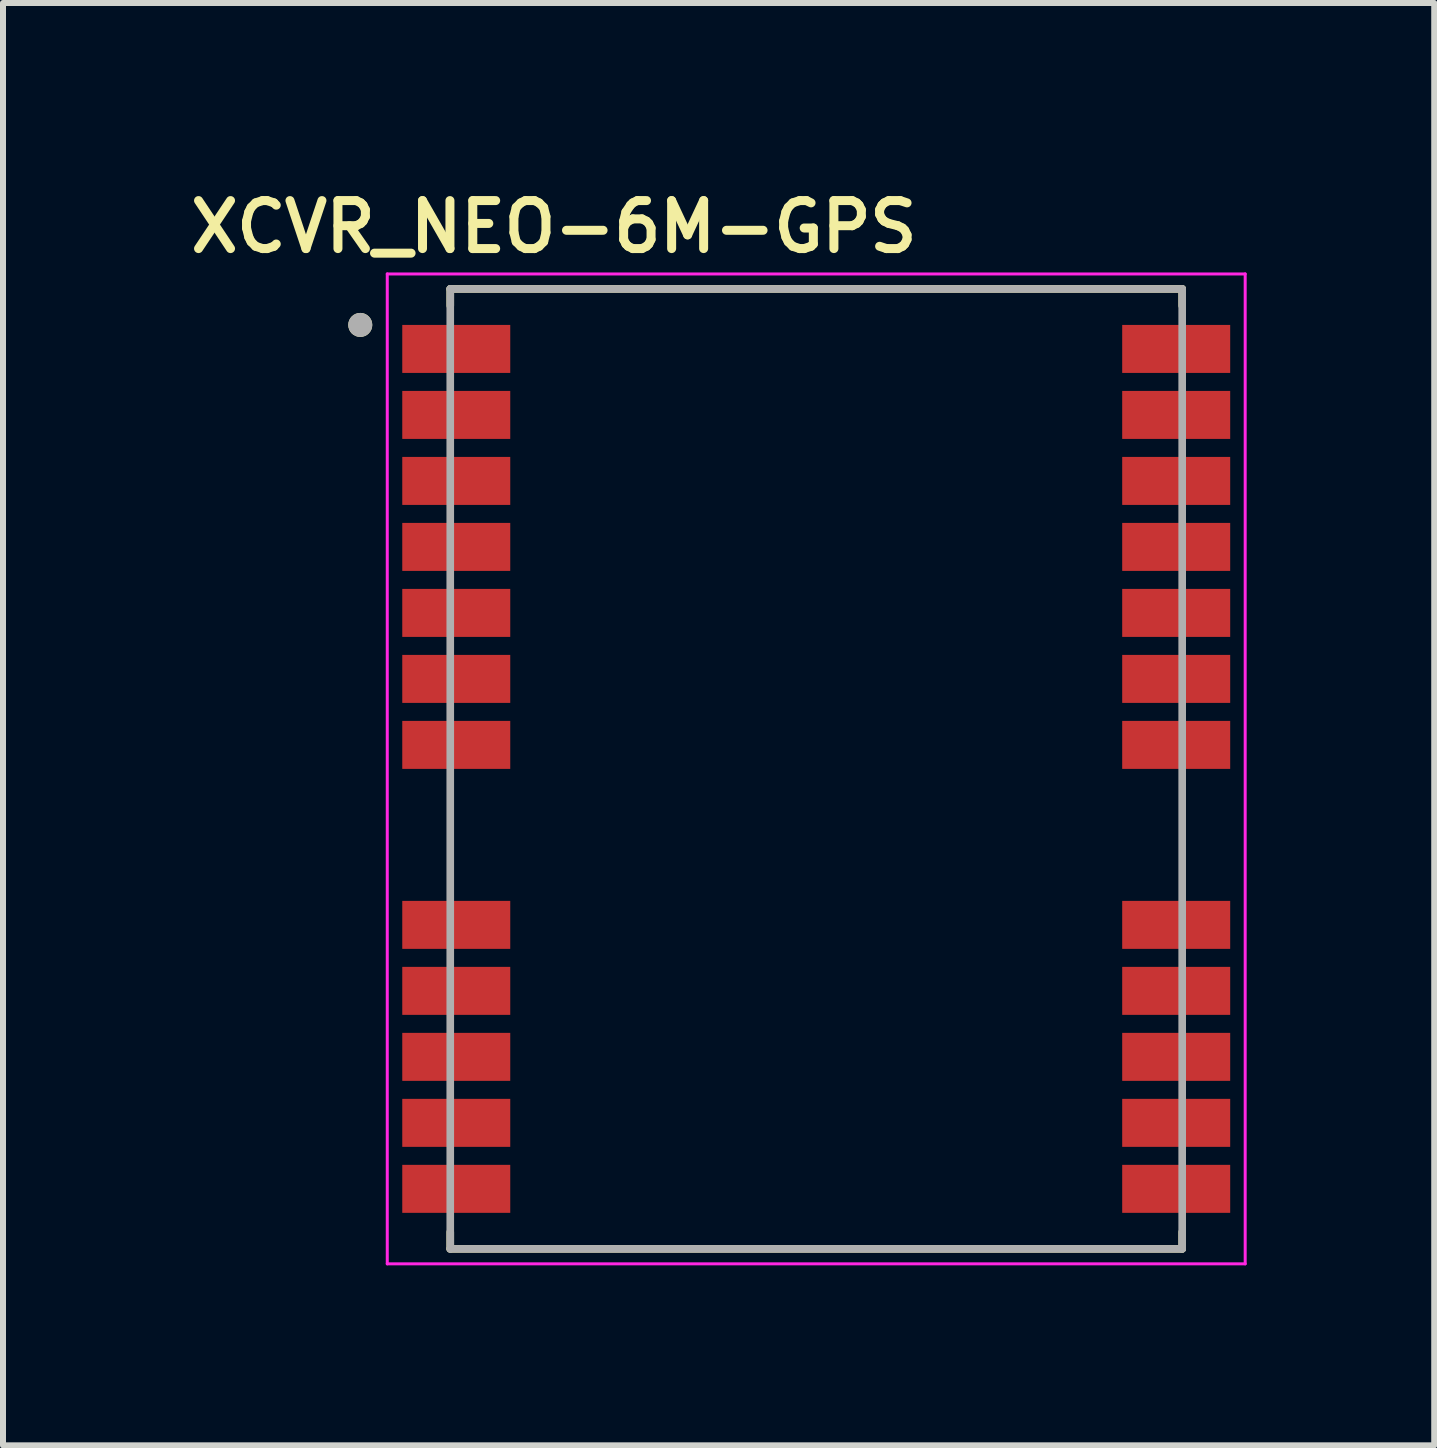
<source format=kicad_pcb>
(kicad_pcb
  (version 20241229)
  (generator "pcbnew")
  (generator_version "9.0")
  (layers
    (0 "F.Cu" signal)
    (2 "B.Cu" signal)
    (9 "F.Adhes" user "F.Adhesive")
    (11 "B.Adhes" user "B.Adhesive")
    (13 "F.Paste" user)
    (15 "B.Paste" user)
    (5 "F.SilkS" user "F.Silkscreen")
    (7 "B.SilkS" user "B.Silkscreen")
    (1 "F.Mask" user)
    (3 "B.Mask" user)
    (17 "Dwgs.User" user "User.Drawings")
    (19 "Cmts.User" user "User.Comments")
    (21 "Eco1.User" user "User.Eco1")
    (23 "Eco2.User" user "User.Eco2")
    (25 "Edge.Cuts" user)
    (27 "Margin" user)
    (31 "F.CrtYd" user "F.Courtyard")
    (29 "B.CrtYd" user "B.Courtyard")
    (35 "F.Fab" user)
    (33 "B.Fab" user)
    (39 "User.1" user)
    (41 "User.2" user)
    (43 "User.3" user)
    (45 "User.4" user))
  (footprint "XCVR_NEO-6M-GPS"
    (layer "F.Cu")
    (at 10.555 9.766)
    (property "Reference" "XCVR_NEO-6M-GPS" (at -4.372 -9.035 0) (layer "F.SilkS") (effects (font (size 0.8 0.8) (thickness 0.15))))
    (attr through_hole)
    (fp_line (start -6.1 -8) (end 6.1 -8) (stroke (width 0.127) (type solid)) (layer "F.SilkS"))
    (fp_line (start -6.1 -7.72) (end -6.1 -8) (stroke (width 0.127) (type solid)) (layer "F.SilkS"))
    (fp_line (start -6.1 7.72) (end -6.1 8) (stroke (width 0.127) (type solid)) (layer "F.SilkS"))
    (fp_line (start -6.1 8) (end 6.1 8) (stroke (width 0.127) (type solid)) (layer "F.SilkS"))
    (fp_line (start 6.1 -8) (end 6.1 -7.72) (stroke (width 0.127) (type solid)) (layer "F.SilkS"))
    (fp_line (start 6.1 8) (end 6.1 7.72) (stroke (width 0.127) (type solid)) (layer "F.SilkS"))
    (fp_circle (center -7.6 -7.4) (end -7.5 -7.4) (stroke (width 0.2) (type solid)) (fill no) (layer "F.SilkS"))
    (fp_poly (pts (xy -7.3 -6.6) (xy -6.1 -6.6) (xy -6.1 -6.7) (xy -5.2 -6.7) (xy -5.2 -7.3) (xy -6.1 -7.3) (xy -6.1 -7.4) (xy -7.3 -7.4)) (stroke (width 0.0001) (type solid)) (fill yes) (layer "F.Paste"))
    (fp_poly (pts (xy -7.3 -5.5) (xy -6.1 -5.5) (xy -6.1 -5.6) (xy -5.2 -5.6) (xy -5.2 -6.2) (xy -6.1 -6.2) (xy -6.1 -6.3) (xy -7.3 -6.3)) (stroke (width 0.0001) (type solid)) (fill yes) (layer "F.Paste"))
    (fp_poly (pts (xy -7.3 -4.4) (xy -6.1 -4.4) (xy -6.1 -4.5) (xy -5.2 -4.5) (xy -5.2 -5.1) (xy -6.1 -5.1) (xy -6.1 -5.2) (xy -7.3 -5.2)) (stroke (width 0.0001) (type solid)) (fill yes) (layer "F.Paste"))
    (fp_poly (pts (xy -7.3 -3.3) (xy -6.1 -3.3) (xy -6.1 -3.4) (xy -5.2 -3.4) (xy -5.2 -4) (xy -6.1 -4) (xy -6.1 -4.1) (xy -7.3 -4.1)) (stroke (width 0.0001) (type solid)) (fill yes) (layer "F.Paste"))
    (fp_poly (pts (xy -7.3 -2.2) (xy -6.1 -2.2) (xy -6.1 -2.3) (xy -5.2 -2.3) (xy -5.2 -2.9) (xy -6.1 -2.9) (xy -6.1 -3) (xy -7.3 -3)) (stroke (width 0.0001) (type solid)) (fill yes) (layer "F.Paste"))
    (fp_poly (pts (xy -7.3 -1.1) (xy -6.1 -1.1) (xy -6.1 -1.2) (xy -5.2 -1.2) (xy -5.2 -1.8) (xy -6.1 -1.8) (xy -6.1 -1.9) (xy -7.3 -1.9)) (stroke (width 0.0001) (type solid)) (fill yes) (layer "F.Paste"))
    (fp_poly (pts (xy -7.3 0) (xy -6.1 0) (xy -6.1 -0.1) (xy -5.2 -0.1) (xy -5.2 -0.7) (xy -6.1 -0.7) (xy -6.1 -0.8) (xy -7.3 -0.8)) (stroke (width 0.0001) (type solid)) (fill yes) (layer "F.Paste"))
    (fp_poly (pts (xy -7.3 2.2) (xy -6.1 2.2) (xy -6.1 2.3) (xy -5.2 2.3) (xy -5.2 2.9) (xy -6.1 2.9) (xy -6.1 3) (xy -7.3 3)) (stroke (width 0.0001) (type solid)) (fill yes) (layer "F.Paste"))
    (fp_poly (pts (xy -7.3 3.3) (xy -6.1 3.3) (xy -6.1 3.4) (xy -5.2 3.4) (xy -5.2 4) (xy -6.1 4) (xy -6.1 4.1) (xy -7.3 4.1)) (stroke (width 0.0001) (type solid)) (fill yes) (layer "F.Paste"))
    (fp_poly (pts (xy -7.3 4.4) (xy -6.1 4.4) (xy -6.1 4.5) (xy -5.2 4.5) (xy -5.2 5.1) (xy -6.1 5.1) (xy -6.1 5.2) (xy -7.3 5.2)) (stroke (width 0.0001) (type solid)) (fill yes) (layer "F.Paste"))
    (fp_poly (pts (xy -7.3 5.5) (xy -6.1 5.5) (xy -6.1 5.6) (xy -5.2 5.6) (xy -5.2 6.2) (xy -6.1 6.2) (xy -6.1 6.3) (xy -7.3 6.3)) (stroke (width 0.0001) (type solid)) (fill yes) (layer "F.Paste"))
    (fp_poly (pts (xy -7.3 6.6) (xy -6.1 6.6) (xy -6.1 6.7) (xy -5.2 6.7) (xy -5.2 7.3) (xy -6.1 7.3) (xy -6.1 7.4) (xy -7.3 7.4)) (stroke (width 0.0001) (type solid)) (fill yes) (layer "F.Paste"))
    (fp_poly (pts (xy 7.3 -6.6) (xy 6.1 -6.6) (xy 6.1 -6.7) (xy 5.2 -6.7) (xy 5.2 -7.3) (xy 6.1 -7.3) (xy 6.1 -7.4) (xy 7.3 -7.4)) (stroke (width 0.0001) (type solid)) (fill yes) (layer "F.Paste"))
    (fp_poly (pts (xy 7.3 -5.5) (xy 6.1 -5.5) (xy 6.1 -5.6) (xy 5.2 -5.6) (xy 5.2 -6.2) (xy 6.1 -6.2) (xy 6.1 -6.3) (xy 7.3 -6.3)) (stroke (width 0.0001) (type solid)) (fill yes) (layer "F.Paste"))
    (fp_poly (pts (xy 7.3 -4.4) (xy 6.1 -4.4) (xy 6.1 -4.5) (xy 5.2 -4.5) (xy 5.2 -5.1) (xy 6.1 -5.1) (xy 6.1 -5.2) (xy 7.3 -5.2)) (stroke (width 0.0001) (type solid)) (fill yes) (layer "F.Paste"))
    (fp_poly (pts (xy 7.3 -3.3) (xy 6.1 -3.3) (xy 6.1 -3.4) (xy 5.2 -3.4) (xy 5.2 -4) (xy 6.1 -4) (xy 6.1 -4.1) (xy 7.3 -4.1)) (stroke (width 0.0001) (type solid)) (fill yes) (layer "F.Paste"))
    (fp_poly (pts (xy 7.3 -2.2) (xy 6.1 -2.2) (xy 6.1 -2.3) (xy 5.2 -2.3) (xy 5.2 -2.9) (xy 6.1 -2.9) (xy 6.1 -3) (xy 7.3 -3)) (stroke (width 0.0001) (type solid)) (fill yes) (layer "F.Paste"))
    (fp_poly (pts (xy 7.3 -1.1) (xy 6.1 -1.1) (xy 6.1 -1.2) (xy 5.2 -1.2) (xy 5.2 -1.8) (xy 6.1 -1.8) (xy 6.1 -1.9) (xy 7.3 -1.9)) (stroke (width 0.0001) (type solid)) (fill yes) (layer "F.Paste"))
    (fp_poly (pts (xy 7.3 0) (xy 6.1 0) (xy 6.1 -0.1) (xy 5.2 -0.1) (xy 5.2 -0.7) (xy 6.1 -0.7) (xy 6.1 -0.8) (xy 7.3 -0.8)) (stroke (width 0.0001) (type solid)) (fill yes) (layer "F.Paste"))
    (fp_poly (pts (xy 7.3 2.2) (xy 6.1 2.2) (xy 6.1 2.3) (xy 5.2 2.3) (xy 5.2 2.9) (xy 6.1 2.9) (xy 6.1 3) (xy 7.3 3)) (stroke (width 0.0001) (type solid)) (fill yes) (layer "F.Paste"))
    (fp_poly (pts (xy 7.3 3.3) (xy 6.1 3.3) (xy 6.1 3.4) (xy 5.2 3.4) (xy 5.2 4) (xy 6.1 4) (xy 6.1 4.1) (xy 7.3 4.1)) (stroke (width 0.0001) (type solid)) (fill yes) (layer "F.Paste"))
    (fp_poly (pts (xy 7.3 4.4) (xy 6.1 4.4) (xy 6.1 4.5) (xy 5.2 4.5) (xy 5.2 5.1) (xy 6.1 5.1) (xy 6.1 5.2) (xy 7.3 5.2)) (stroke (width 0.0001) (type solid)) (fill yes) (layer "F.Paste"))
    (fp_poly (pts (xy 7.3 5.5) (xy 6.1 5.5) (xy 6.1 5.6) (xy 5.2 5.6) (xy 5.2 6.2) (xy 6.1 6.2) (xy 6.1 6.3) (xy 7.3 6.3)) (stroke (width 0.0001) (type solid)) (fill yes) (layer "F.Paste"))
    (fp_poly (pts (xy 7.3 6.6) (xy 6.1 6.6) (xy 6.1 6.7) (xy 5.2 6.7) (xy 5.2 7.3) (xy 6.1 7.3) (xy 6.1 7.4) (xy 7.3 7.4)) (stroke (width 0.0001) (type solid)) (fill yes) (layer "F.Paste"))
    (fp_line (start -7.15 -8.25) (end 7.15 -8.25) (stroke (width 0.05) (type solid)) (layer "F.CrtYd"))
    (fp_line (start -7.15 8.25) (end -7.15 -8.25) (stroke (width 0.05) (type solid)) (layer "F.CrtYd"))
    (fp_line (start 7.15 -8.25) (end 7.15 8.25) (stroke (width 0.05) (type solid)) (layer "F.CrtYd"))
    (fp_line (start 7.15 8.25) (end -7.15 8.25) (stroke (width 0.05) (type solid)) (layer "F.CrtYd"))
    (fp_line (start -6.1 -8) (end 6.1 -8) (stroke (width 0.127) (type solid)) (layer "F.Fab"))
    (fp_line (start -6.1 8) (end -6.1 -8) (stroke (width 0.127) (type solid)) (layer "F.Fab"))
    (fp_line (start 6.1 -8) (end 6.1 8) (stroke (width 0.127) (type solid)) (layer "F.Fab"))
    (fp_line (start 6.1 8) (end -6.1 8) (stroke (width 0.127) (type solid)) (layer "F.Fab"))
    (fp_circle (center -7.6 -7.4) (end -7.5 -7.4) (stroke (width 0.2) (type solid)) (fill no) (layer "F.Fab"))
    (pad "1" smd rect (at -6 -7) (size 1.8 0.8) (layers "F.Cu" "F.Mask"))
    (pad "2" smd rect (at -6 -5.9) (size 1.8 0.8) (layers "F.Cu" "F.Mask"))
    (pad "3" smd rect (at -6 -4.8) (size 1.8 0.8) (layers "F.Cu" "F.Mask"))
    (pad "4" smd rect (at -6 -3.7) (size 1.8 0.8) (layers "F.Cu" "F.Mask"))
    (pad "5" smd rect (at -6 -2.6) (size 1.8 0.8) (layers "F.Cu" "F.Mask"))
    (pad "6" smd rect (at -6 -1.5) (size 1.8 0.8) (layers "F.Cu" "F.Mask"))
    (pad "7" smd rect (at -6 -0.4) (size 1.8 0.8) (layers "F.Cu" "F.Mask"))
    (pad "8" smd rect (at -6 2.6) (size 1.8 0.8) (layers "F.Cu" "F.Mask"))
    (pad "9" smd rect (at -6 3.7) (size 1.8 0.8) (layers "F.Cu" "F.Mask"))
    (pad "10" smd rect (at -6 4.8) (size 1.8 0.8) (layers "F.Cu" "F.Mask"))
    (pad "11" smd rect (at -6 5.9) (size 1.8 0.8) (layers "F.Cu" "F.Mask"))
    (pad "12" smd rect (at -6 7) (size 1.8 0.8) (layers "F.Cu" "F.Mask"))
    (pad "13" smd rect (at 6 7) (size 1.8 0.8) (layers "F.Cu" "F.Mask"))
    (pad "14" smd rect (at 6 5.9) (size 1.8 0.8) (layers "F.Cu" "F.Mask"))
    (pad "15" smd rect (at 6 4.8) (size 1.8 0.8) (layers "F.Cu" "F.Mask"))
    (pad "16" smd rect (at 6 3.7) (size 1.8 0.8) (layers "F.Cu" "F.Mask"))
    (pad "17" smd rect (at 6 2.6) (size 1.8 0.8) (layers "F.Cu" "F.Mask"))
    (pad "18" smd rect (at 6 -0.4) (size 1.8 0.8) (layers "F.Cu" "F.Mask"))
    (pad "19" smd rect (at 6 -1.5) (size 1.8 0.8) (layers "F.Cu" "F.Mask"))
    (pad "20" smd rect (at 6 -2.6) (size 1.8 0.8) (layers "F.Cu" "F.Mask"))
    (pad "21" smd rect (at 6 -3.7) (size 1.8 0.8) (layers "F.Cu" "F.Mask"))
    (pad "22" smd rect (at 6 -4.8) (size 1.8 0.8) (layers "F.Cu" "F.Mask"))
    (pad "23" smd rect (at 6 -5.9) (size 1.8 0.8) (layers "F.Cu" "F.Mask"))
    (pad "24" smd rect (at 6 -7) (size 1.8 0.8) (layers "F.Cu" "F.Mask")))
  (gr_rect
    (start -3 -3)
    (end 20.856 21.041)
    (stroke (width 0.1) (type default))
    (fill no)
    (layer "Edge.Cuts")))
</source>
